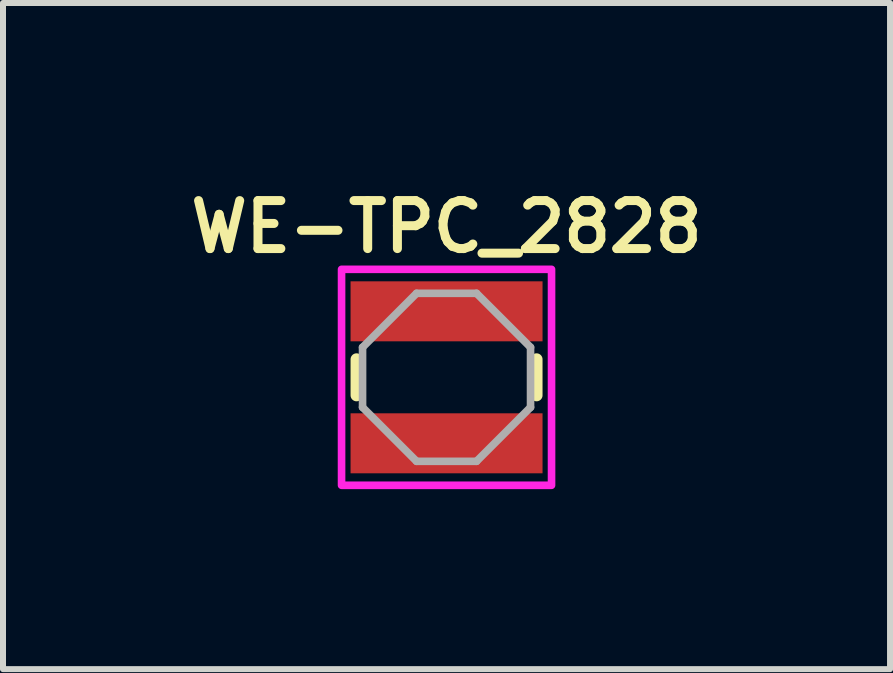
<source format=kicad_pcb>
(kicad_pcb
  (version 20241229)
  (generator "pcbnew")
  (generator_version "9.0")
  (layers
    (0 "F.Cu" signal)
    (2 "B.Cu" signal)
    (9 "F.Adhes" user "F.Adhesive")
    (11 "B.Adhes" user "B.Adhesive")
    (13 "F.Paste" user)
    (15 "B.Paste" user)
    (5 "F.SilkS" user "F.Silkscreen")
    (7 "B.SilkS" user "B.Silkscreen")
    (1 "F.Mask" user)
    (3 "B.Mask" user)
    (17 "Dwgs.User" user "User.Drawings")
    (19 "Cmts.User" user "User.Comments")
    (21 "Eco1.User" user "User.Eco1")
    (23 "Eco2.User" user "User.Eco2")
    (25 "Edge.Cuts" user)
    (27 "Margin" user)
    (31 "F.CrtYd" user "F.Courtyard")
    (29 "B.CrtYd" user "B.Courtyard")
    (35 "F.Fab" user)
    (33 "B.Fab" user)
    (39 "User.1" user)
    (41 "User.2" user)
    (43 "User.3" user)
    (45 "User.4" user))
  (footprint "WE-TPC_2828"
    (layer "F.Cu")
    (at 4.393 3.239)
    (property "Reference" "WE-TPC_2828" (at 0 -2.508 0) (layer "F.SilkS") (effects (font (size 0.8 0.8) (thickness 0.15))))
    (attr smd)
    (fp_line (start -1.5 -0.3) (end -1.5 0.3) (stroke (width 0.2) (type solid)) (layer "F.SilkS"))
    (fp_line (start 1.5 -0.3) (end 1.5 0.3) (stroke (width 0.2) (type solid)) (layer "F.SilkS"))
    (fp_poly (pts (xy -1.75 -1.8) (xy 1.75 -1.8) (xy 1.75 1.8) (xy -1.75 1.8)) (stroke (width 0.127) (type solid)) (fill no) (layer "F.CrtYd"))
    (fp_line (start -1.4 -0.5) (end -1.4 0.5) (stroke (width 0.127) (type solid)) (layer "F.Fab"))
    (fp_line (start -1.4 0.5) (end -0.5 1.4) (stroke (width 0.127) (type solid)) (layer "F.Fab"))
    (fp_line (start -0.5 -1.4) (end -1.4 -0.5) (stroke (width 0.127) (type solid)) (layer "F.Fab"))
    (fp_line (start -0.5 -1.4) (end 0.5 -1.4) (stroke (width 0.127) (type solid)) (layer "F.Fab"))
    (fp_line (start -0.5 1.4) (end 0.5 1.4) (stroke (width 0.127) (type solid)) (layer "F.Fab"))
    (fp_line (start 0.5 -1.4) (end 1.4 -0.5) (stroke (width 0.127) (type solid)) (layer "F.Fab"))
    (fp_line (start 1.4 -0.5) (end 1.4 0.5) (stroke (width 0.127) (type solid)) (layer "F.Fab"))
    (fp_line (start 1.4 0.5) (end 0.5 1.4) (stroke (width 0.127) (type solid)) (layer "F.Fab"))
    (pad "1" smd rect (at 0 -1.1) (size 3.2 1) (layers "F.Cu" "F.Mask" "F.Paste"))
    (pad "2" smd rect (at 0 1.1) (size 3.2 1) (layers "F.Cu" "F.Mask" "F.Paste")))
  (gr_rect
    (start -3 -3)
    (end 11.785 8.103)
    (stroke (width 0.1) (type default))
    (fill no)
    (layer "Edge.Cuts")))
</source>
